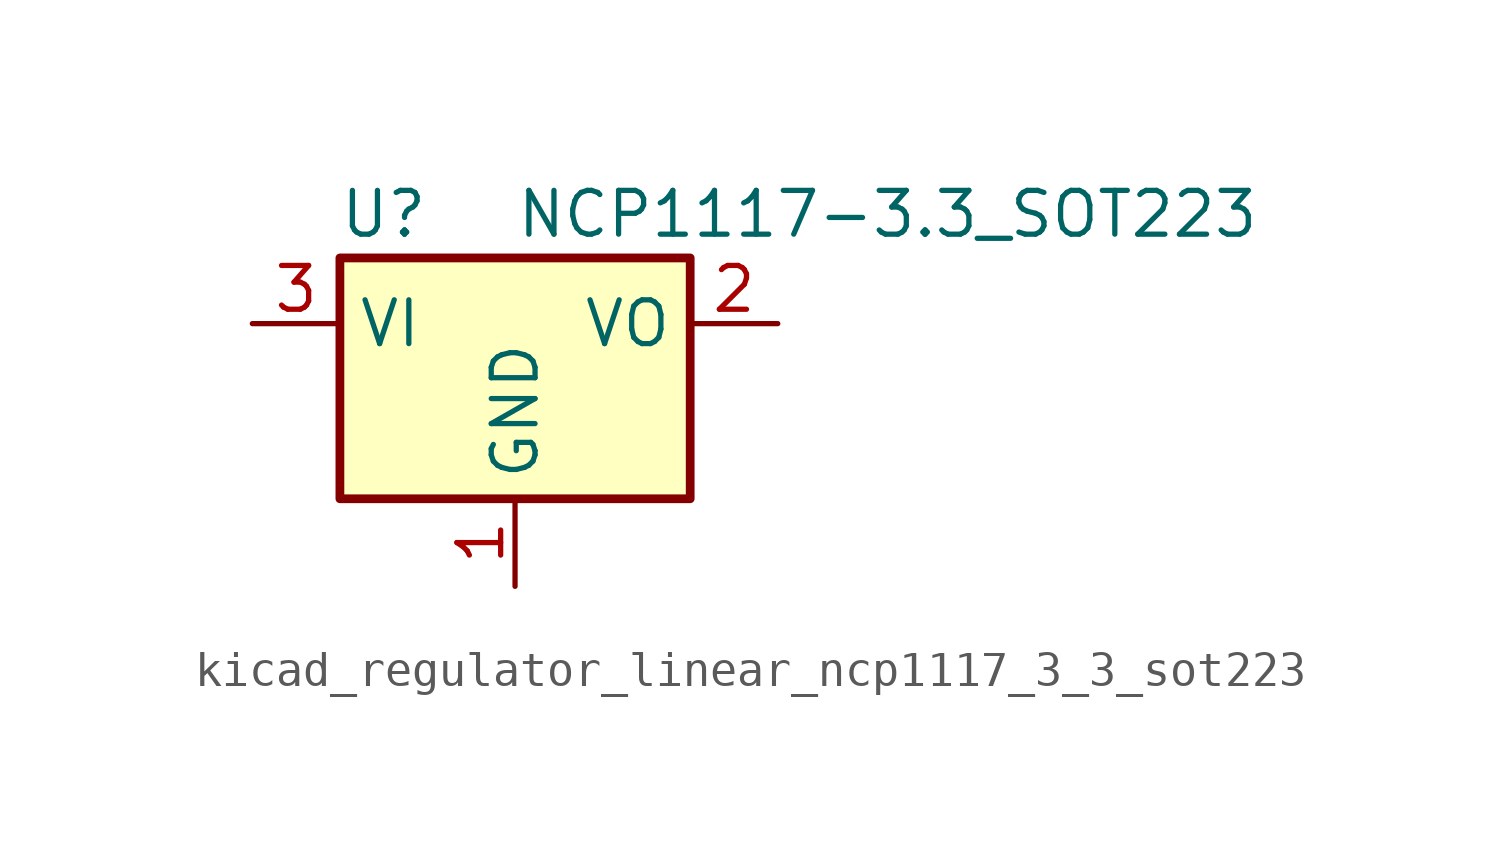
<source format=kicad_sym>
(kicad_symbol_lib
  (version 20220914)
  (generator kicad_symbol_editor)
  (symbol "kicad_regulator_linear_ncp1117_3_3_sot223"
    (property "Reference" "U"
      (at -3.81 3.175 0)
      (effects (font (size 1.27 1.27))))
    (property "Value" "NCP1117-3.3_SOT223"
      (at 0 3.175 0)
      (effects (font (size 1.27 1.27)) (justify left)))
    (symbol "kicad_regulator_linear_ncp1117_3_3_sot223_0_1"
      (rectangle (start -5.08 -5.08) (end 5.08 1.905) (stroke (width 0.254) (type default)) (fill (type background))))
    (symbol "kicad_regulator_linear_ncp1117_3_3_sot223_1_1"
      (pin power_in line (at 0 -7.62 90) (length 2.54) (name "GND" (effects (font (size 1.27 1.27)))) (number "1" (effects (font (size 1.27 1.27)))))
      (pin power_out line (at 7.62 0 180) (length 2.54) (name "VO" (effects (font (size 1.27 1.27)))) (number "2" (effects (font (size 1.27 1.27)))))
      (pin power_in line (at -7.62 0 0) (length 2.54) (name "VI" (effects (font (size 1.27 1.27)))) (number "3" (effects (font (size 1.27 1.27))))))))
</source>
